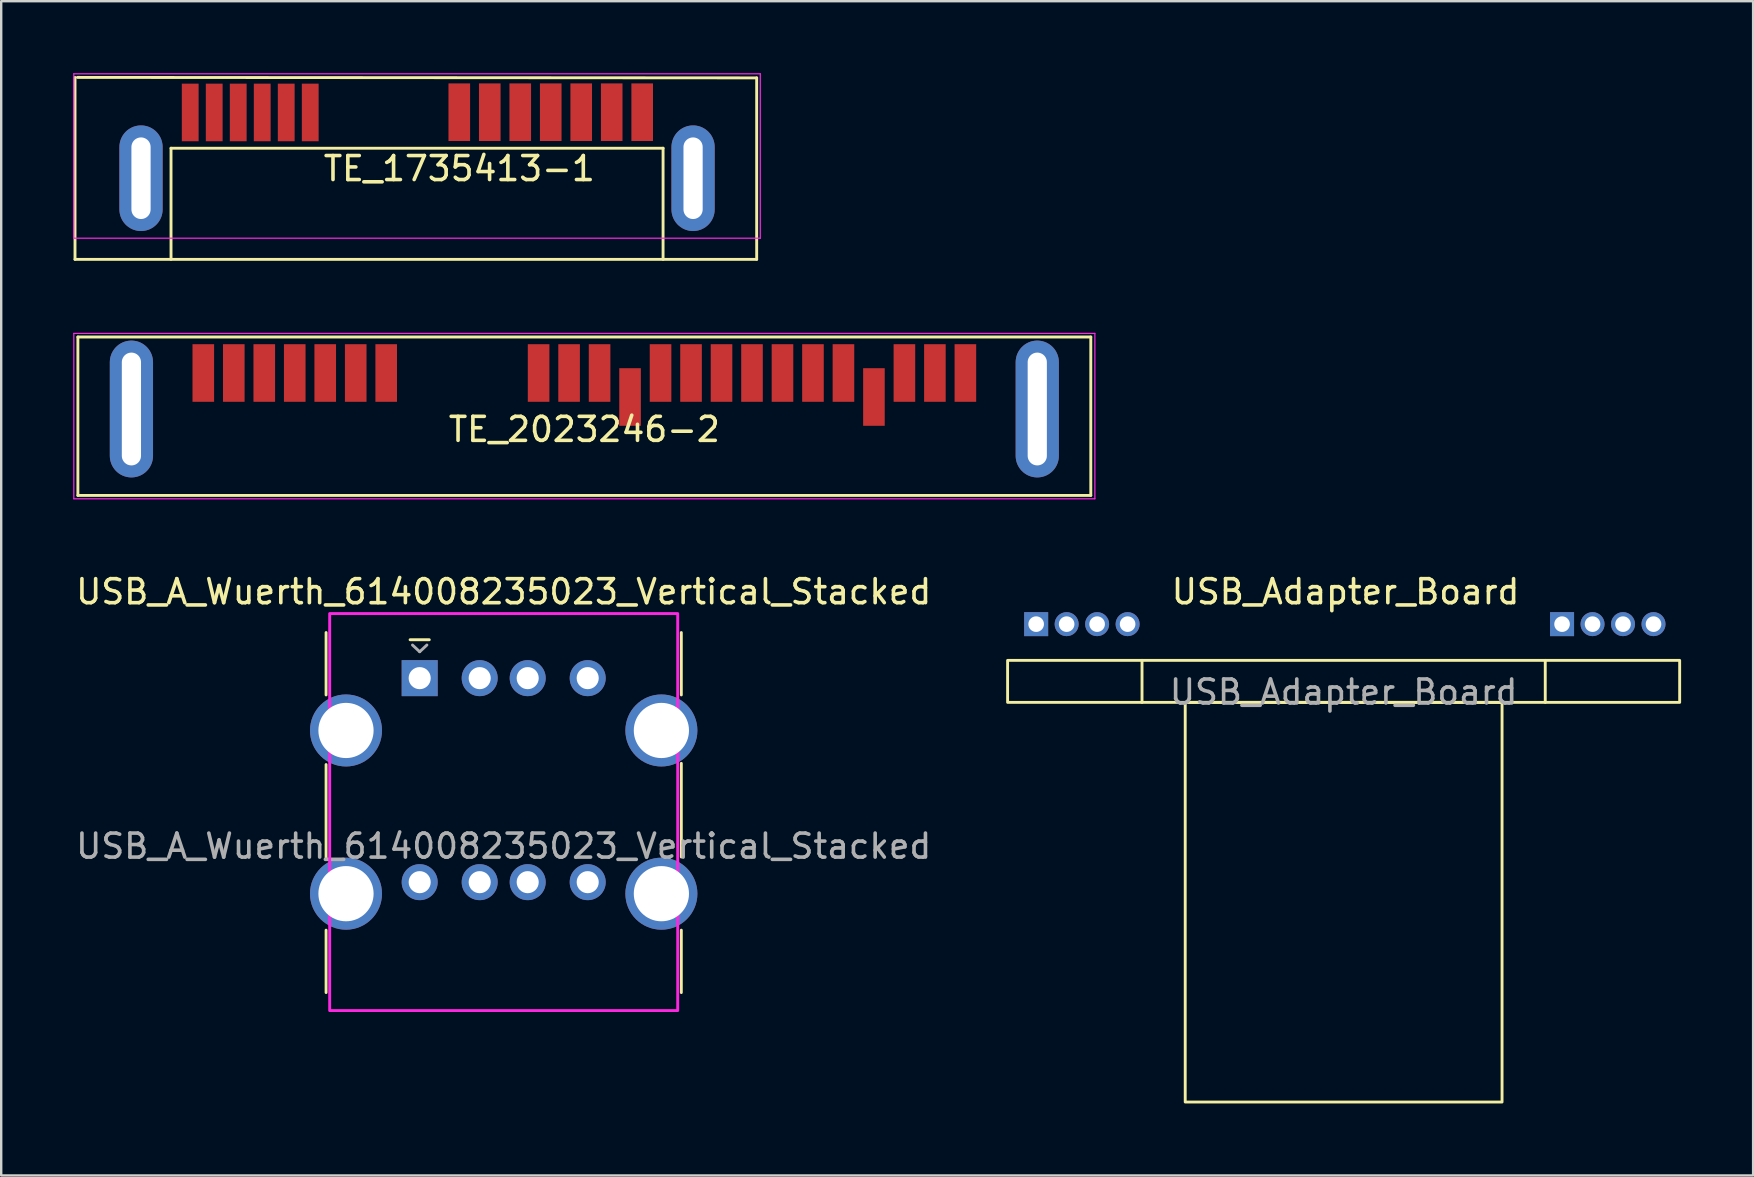
<source format=kicad_pcb>
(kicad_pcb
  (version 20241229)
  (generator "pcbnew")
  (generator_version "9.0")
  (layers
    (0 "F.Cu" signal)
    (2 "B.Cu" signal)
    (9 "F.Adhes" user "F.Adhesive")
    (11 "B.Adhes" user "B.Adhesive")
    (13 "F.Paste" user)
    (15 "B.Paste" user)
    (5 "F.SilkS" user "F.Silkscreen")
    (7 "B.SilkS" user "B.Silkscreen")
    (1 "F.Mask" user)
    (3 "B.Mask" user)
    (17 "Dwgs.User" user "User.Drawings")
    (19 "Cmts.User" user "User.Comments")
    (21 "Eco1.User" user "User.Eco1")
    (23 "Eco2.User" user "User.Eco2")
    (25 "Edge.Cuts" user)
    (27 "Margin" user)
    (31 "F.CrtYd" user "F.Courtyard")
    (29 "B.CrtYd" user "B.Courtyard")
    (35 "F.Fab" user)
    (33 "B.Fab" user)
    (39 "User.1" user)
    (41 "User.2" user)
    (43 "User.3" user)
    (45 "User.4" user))
  (footprint "TE_1735413-1"
    (layer "F.Cu")
    (at 14.325 1.625)
    (property "Reference" "TE_1735413-1" (at 1.76 2.35 0) (layer "F.SilkS") (effects (font (size 1 1) (thickness 0.15))))
    (attr through_hole)
    (fp_line (start -14.25 -1.45) (end -14.25 6.13) (stroke (width 0.12) (type solid)) (layer "F.SilkS"))
    (fp_line (start -14.25 6.13) (end 14.15 6.13) (stroke (width 0.12) (type solid)) (layer "F.SilkS"))
    (fp_line (start -10.25 1.5) (end -10.25 6.13) (stroke (width 0.12) (type solid)) (layer "F.SilkS"))
    (fp_line (start -10.25 1.5) (end 10.25 1.5) (stroke (width 0.12) (type solid)) (layer "F.SilkS"))
    (fp_line (start 10.25 1.5) (end 10.25 6.13) (stroke (width 0.12) (type solid)) (layer "F.SilkS"))
    (fp_line (start 14.15 -1.43) (end -14.15 -1.45) (stroke (width 0.12) (type solid)) (layer "F.SilkS"))
    (fp_line (start 14.15 6.13) (end 14.15 -1.43) (stroke (width 0.12) (type solid)) (layer "F.SilkS"))
    (fp_line (start -14.3 -1.6) (end -14.3 5.25) (stroke (width 0.05) (type solid)) (layer "F.CrtYd"))
    (fp_line (start -14.3 -1.6) (end 14.3 -1.6) (stroke (width 0.05) (type solid)) (layer "F.CrtYd"))
    (fp_line (start -14.3 5.25) (end 14.3 5.25) (stroke (width 0.05) (type solid)) (layer "F.CrtYd"))
    (fp_line (start 14.3 -1.6) (end 14.3 5.25) (stroke (width 0.05) (type solid)) (layer "F.CrtYd"))
    (pad "0" thru_hole oval (at -11.5 2.75) (size 1.8 4.4) (drill oval 0.8 3.4) (layers "*.Cu" "*.Mask"))
    (pad "0" thru_hole oval (at 11.5 2.75) (size 1.8 4.4) (drill oval 0.8 3.4) (layers "*.Cu" "*.Mask"))
    (pad "1" smd rect (at 9.38 0) (size 0.9 2.4) (layers "F.Cu" "F.Mask" "F.Paste"))
    (pad "2" smd rect (at 8.11 0) (size 0.9 2.4) (layers "F.Cu" "F.Mask" "F.Paste"))
    (pad "3" smd rect (at 6.84 0) (size 0.9 2.4) (layers "F.Cu" "F.Mask" "F.Paste"))
    (pad "4" smd rect (at 5.57 0) (size 0.9 2.4) (layers "F.Cu" "F.Mask" "F.Paste"))
    (pad "5" smd rect (at 4.3 0) (size 0.9 2.4) (layers "F.Cu" "F.Mask" "F.Paste"))
    (pad "6" smd rect (at 3.03 0) (size 0.9 2.4) (layers "F.Cu" "F.Mask" "F.Paste"))
    (pad "7" smd rect (at 1.76 0) (size 0.9 2.4) (layers "F.Cu" "F.Mask" "F.Paste"))
    (pad "8" smd rect (at -4.45 0.01) (size 0.7 2.4) (layers "F.Cu" "F.Mask" "F.Paste"))
    (pad "9" smd rect (at -5.45 0.01) (size 0.7 2.4) (layers "F.Cu" "F.Mask" "F.Paste"))
    (pad "10" smd rect (at -6.45 0.01) (size 0.7 2.4) (layers "F.Cu" "F.Mask" "F.Paste"))
    (pad "11" smd rect (at -7.45 0.01) (size 0.7 2.4) (layers "F.Cu" "F.Mask" "F.Paste"))
    (pad "12" smd rect (at -8.45 0.01) (size 0.7 2.4) (layers "F.Cu" "F.Mask" "F.Paste"))
    (pad "13" smd rect (at -9.45 0.01) (size 0.7 2.4) (layers "F.Cu" "F.Mask" "F.Paste")))
  (footprint "USB_Adapter_Board"
    (layer "F.Cu")
    (at 52.929 22.963)
    (property "Reference" "USB_Adapter_Board" (at 0.08 -1.36 0) (unlocked yes) (layer "F.SilkS") (effects (font (size 1 1) (thickness 0.15))))
    (fp_line (start -8.4 1.5) (end -8.4 3.25) (stroke (width 0.12) (type solid)) (layer "F.SilkS"))
    (fp_line (start 8.4 1.5) (end 8.4 3.25) (stroke (width 0.12) (type solid)) (layer "F.SilkS"))
    (fp_rect (start -14 1.5) (end 14 3.25) (stroke (width 0.12) (type solid)) (fill no) (layer "F.SilkS"))
    (fp_rect (start -6.6 3.25) (end 6.6 19.9) (stroke (width 0.12) (type solid)) (fill no) (layer "F.SilkS"))
    (fp_text user "${REFERENCE}" (at 0 2.82 0) (unlocked yes) (layer "F.Fab") (effects (font (size 1 1) (thickness 0.15))))
    (pad "1" thru_hole rect (at -12.81 -0.01 90) (size 1 1) (drill 0.65) (layers "*.Cu" "*.Mask"))
    (pad "2" thru_hole oval (at -11.54 -0.01 90) (size 1 1) (drill 0.65) (layers "*.Cu" "*.Mask"))
    (pad "3" thru_hole oval (at -10.27 -0.01 90) (size 1 1) (drill 0.65) (layers "*.Cu" "*.Mask"))
    (pad "4" thru_hole oval (at -9 -0.01 90) (size 1 1) (drill 0.65) (layers "*.Cu" "*.Mask"))
    (pad "5" thru_hole rect (at 9.1 -0.01 90) (size 1 1) (drill 0.65) (layers "*.Cu" "*.Mask"))
    (pad "6" thru_hole oval (at 10.37 -0.01 90) (size 1 1) (drill 0.65) (layers "*.Cu" "*.Mask"))
    (pad "7" thru_hole oval (at 11.64 -0.01 90) (size 1 1) (drill 0.65) (layers "*.Cu" "*.Mask"))
    (pad "8" thru_hole oval (at 12.91 -0.01 90) (size 1 1) (drill 0.65) (layers "*.Cu" "*.Mask")))
  (footprint "USB_A_Wuerth_614008235023_Vertical_Stacked"
    (layer "F.Cu")
    (at 17.935 25.203)
    (property "Reference" "USB_A_Wuerth_614008235023_Vertical_Stacked" (at 0 -3.6 0) (layer "F.SilkS") (effects (font (size 1 1) (thickness 0.15))))
    (attr through_hole)
    (fp_line (start -7.4 -1.9) (end -7.4 0.7) (stroke (width 0.12) (type solid)) (layer "F.SilkS"))
    (fp_line (start -7.4 3.6) (end -7.4 7.5) (stroke (width 0.12) (type solid)) (layer "F.SilkS"))
    (fp_line (start -7.4 10.5) (end -7.4 13.1) (stroke (width 0.12) (type solid)) (layer "F.SilkS"))
    (fp_line (start -3.1 -1.6) (end -3.9 -1.6) (stroke (width 0.12) (type solid)) (layer "F.SilkS"))
    (fp_line (start 7.4 -1.9) (end 7.4 0.7) (stroke (width 0.12) (type solid)) (layer "F.SilkS"))
    (fp_line (start 7.4 3.55) (end 7.4 7.45) (stroke (width 0.12) (type solid)) (layer "F.SilkS"))
    (fp_line (start 7.4 10.5) (end 7.4 13.1) (stroke (width 0.12) (type solid)) (layer "F.SilkS"))
    (fp_rect (start -7.25 -2.69) (end 7.25 13.85) (stroke (width 0.12) (type solid)) (fill no) (layer "F.CrtYd"))
    (fp_line (start -3.5 -1.1) (end -3.8 -1.38) (stroke (width 0.12) (type solid)) (layer "F.Fab"))
    (fp_line (start -3.5 -1.1) (end -3.2 -1.38) (stroke (width 0.12) (type solid)) (layer "F.Fab"))
    (fp_text user "${REFERENCE}" (at 0 7 0) (layer "F.Fab") (effects (font (size 1 1) (thickness 0.15))))
    (pad "1" thru_hole rect (at -3.5 0) (size 1.5 1.5) (drill 0.92) (layers "*.Cu" "*.Mask"))
    (pad "2" thru_hole circle (at -1 0) (size 1.5 1.5) (drill 0.92) (layers "*.Cu" "*.Mask"))
    (pad "3" thru_hole circle (at 1 0) (size 1.5 1.5) (drill 0.92) (layers "*.Cu" "*.Mask"))
    (pad "4" thru_hole circle (at 3.5 0) (size 1.5 1.5) (drill 0.92) (layers "*.Cu" "*.Mask"))
    (pad "5" thru_hole circle (at -3.5 8.5) (size 1.5 1.5) (drill 0.92) (layers "*.Cu" "*.Mask"))
    (pad "6" thru_hole circle (at -1 8.5) (size 1.5 1.5) (drill 0.92) (layers "*.Cu" "*.Mask"))
    (pad "7" thru_hole circle (at 1 8.5) (size 1.5 1.5) (drill 0.92) (layers "*.Cu" "*.Mask"))
    (pad "8" thru_hole circle (at 3.5 8.5) (size 1.5 1.5) (drill 0.92) (layers "*.Cu" "*.Mask"))
    (pad "9" thru_hole circle (at -6.57 2.18) (size 3 3) (drill 2.3) (layers "*.Cu" "*.Mask"))
    (pad "9" thru_hole circle (at -6.57 8.98) (size 3 3) (drill 2.3) (layers "*.Cu" "*.Mask"))
    (pad "9" thru_hole circle (at 6.57 2.18) (size 3 3) (drill 2.3) (layers "*.Cu" "*.Mask"))
    (pad "9" thru_hole circle (at 6.57 8.98) (size 3 3) (drill 2.3) (layers "*.Cu" "*.Mask")))
  (footprint "TE_2023246-2"
    (layer "F.Cu")
    (at 21.295 12.49)
    (property "Reference" "TE_2023246-2" (at 0 2.35 0) (layer "F.SilkS") (effects (font (size 1 1) (thickness 0.15))))
    (attr through_hole)
    (fp_line (start -21.1 -1.5) (end -21.1 5.1) (stroke (width 0.12) (type solid)) (layer "F.SilkS"))
    (fp_line (start -21.1 5.1) (end 21.1 5.1) (stroke (width 0.12) (type solid)) (layer "F.SilkS"))
    (fp_line (start 21.1 -1.5) (end -21.1 -1.5) (stroke (width 0.12) (type solid)) (layer "F.SilkS"))
    (fp_line (start 21.1 5.1) (end 21.1 -1.5) (stroke (width 0.12) (type solid)) (layer "F.SilkS"))
    (fp_line (start -21.27 -1.65) (end -21.27 5.24) (stroke (width 0.05) (type solid)) (layer "F.CrtYd"))
    (fp_line (start -21.27 -1.65) (end 21.27 -1.65) (stroke (width 0.05) (type solid)) (layer "F.CrtYd"))
    (fp_line (start -21.27 5.24) (end 21.27 5.24) (stroke (width 0.05) (type solid)) (layer "F.CrtYd"))
    (fp_line (start 21.27 -1.65) (end 21.27 5.24) (stroke (width 0.05) (type solid)) (layer "F.CrtYd"))
    (pad "0" thru_hole oval (at -18.87 1.5) (size 1.8 5.7) (drill oval 0.8 4.7) (layers "*.Cu" "*.Mask"))
    (pad "0" thru_hole oval (at 18.87 1.5) (size 1.8 5.7) (drill oval 0.8 4.7) (layers "*.Cu" "*.Mask"))
    (pad "1" smd rect (at -15.875 0) (size 0.9 2.4) (layers "F.Cu" "F.Mask" "F.Paste"))
    (pad "2" smd rect (at -14.605 0) (size 0.9 2.4) (layers "F.Cu" "F.Mask" "F.Paste"))
    (pad "3" smd rect (at -13.335 0) (size 0.9 2.4) (layers "F.Cu" "F.Mask" "F.Paste"))
    (pad "4" smd rect (at -12.065 0) (size 0.9 2.4) (layers "F.Cu" "F.Mask" "F.Paste"))
    (pad "5" smd rect (at -10.795 0) (size 0.9 2.4) (layers "F.Cu" "F.Mask" "F.Paste"))
    (pad "6" smd rect (at -9.525 0) (size 0.9 2.4) (layers "F.Cu" "F.Mask" "F.Paste"))
    (pad "7" smd rect (at -8.255 0) (size 0.9 2.4) (layers "F.Cu" "F.Mask" "F.Paste"))
    (pad "8" smd rect (at -1.905 0) (size 0.9 2.4) (layers "F.Cu" "F.Mask" "F.Paste"))
    (pad "9" smd rect (at -0.635 0) (size 0.9 2.4) (layers "F.Cu" "F.Mask" "F.Paste"))
    (pad "10" smd rect (at 0.635 0) (size 0.9 2.4) (layers "F.Cu" "F.Mask" "F.Paste"))
    (pad "11" smd rect (at 1.905 1) (size 0.9 2.4) (layers "F.Cu" "F.Mask" "F.Paste"))
    (pad "12" smd rect (at 3.175 0) (size 0.9 2.4) (layers "F.Cu" "F.Mask" "F.Paste"))
    (pad "13" smd rect (at 4.445 0) (size 0.9 2.4) (layers "F.Cu" "F.Mask" "F.Paste"))
    (pad "14" smd rect (at 5.715 0) (size 0.9 2.4) (layers "F.Cu" "F.Mask" "F.Paste"))
    (pad "15" smd rect (at 6.985 0) (size 0.9 2.4) (layers "F.Cu" "F.Mask" "F.Paste"))
    (pad "16" smd rect (at 8.255 0) (size 0.9 2.4) (layers "F.Cu" "F.Mask" "F.Paste"))
    (pad "17" smd rect (at 9.525 0) (size 0.9 2.4) (layers "F.Cu" "F.Mask" "F.Paste"))
    (pad "18" smd rect (at 10.795 0) (size 0.9 2.4) (layers "F.Cu" "F.Mask" "F.Paste"))
    (pad "19" smd rect (at 12.065 1) (size 0.9 2.4) (layers "F.Cu" "F.Mask" "F.Paste"))
    (pad "20" smd rect (at 13.335 0) (size 0.9 2.4) (layers "F.Cu" "F.Mask" "F.Paste"))
    (pad "21" smd rect (at 14.605 0) (size 0.9 2.4) (layers "F.Cu" "F.Mask" "F.Paste"))
    (pad "22" smd rect (at 15.875 0) (size 0.9 2.4) (layers "F.Cu" "F.Mask" "F.Paste")))
  (gr_rect
    (start -3 -3)
    (end 69.989 45.923)
    (stroke (width 0.1) (type default))
    (fill no)
    (layer "Edge.Cuts")))
</source>
